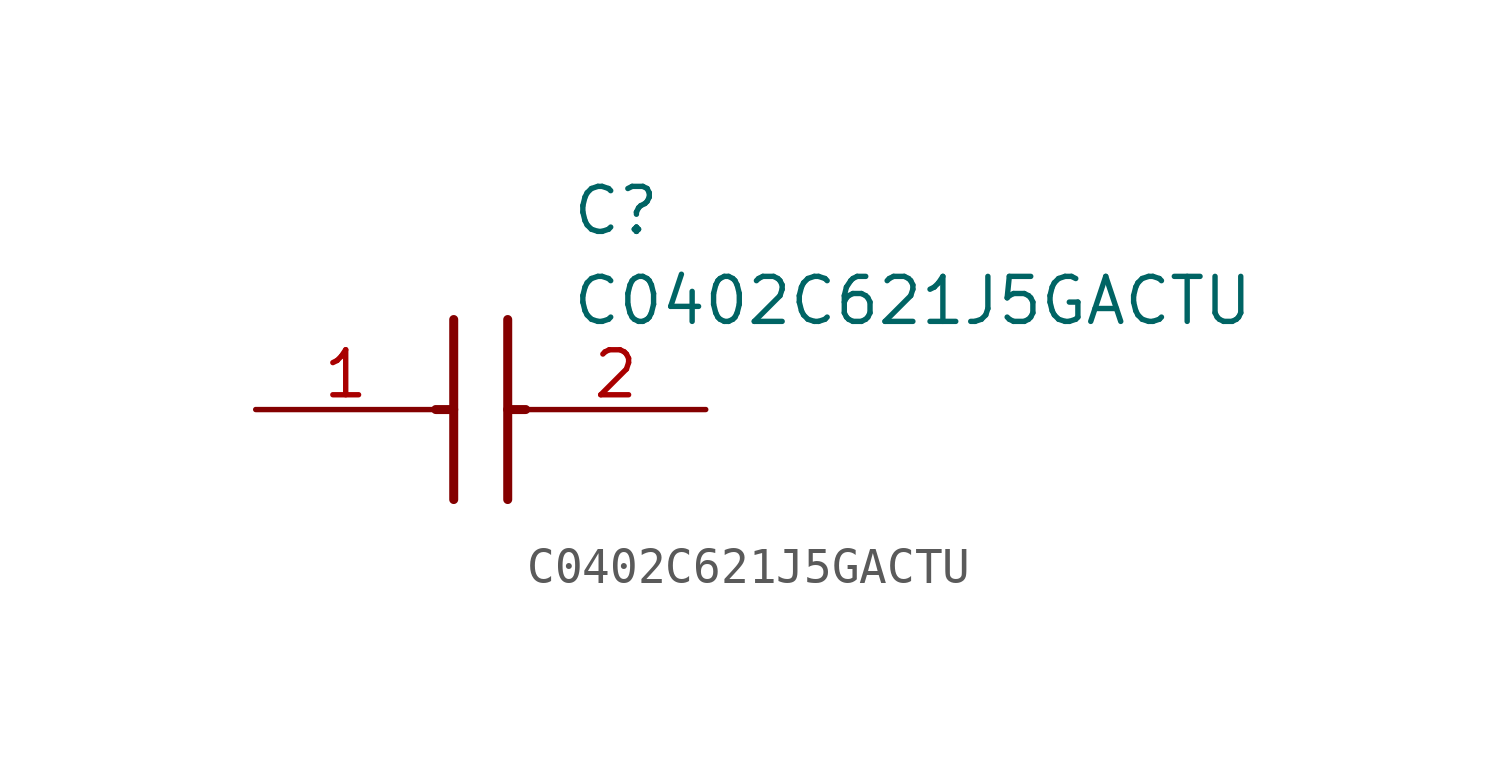
<source format=kicad_sym>
(kicad_symbol_lib
  (version 20211014)
  (generator SamacSys_ECAD_Model)
  (symbol "C0402C621J5GACTU"
    (pin_names hide)
    (property "Reference" "C"
      (at 8.89 6.35 0)
      (effects (font (size 1.27 1.27)) (justify left top)))
    (property "Value" "C0402C621J5GACTU"
      (at 8.89 3.81 0)
      (effects (font (size 1.27 1.27)) (justify left top)))
    (polyline
      (pts (xy 5.588 2.54) (xy 5.588 -2.54))
      (stroke (width 0.254) (type default))
      (fill (type none)))
    (polyline
      (pts (xy 7.112 2.54) (xy 7.112 -2.54))
      (stroke (width 0.254) (type default))
      (fill (type none)))
    (polyline
      (pts (xy 5.08 0) (xy 5.588 0))
      (stroke (width 0.254) (type default))
      (fill (type none)))
    (polyline
      (pts (xy 7.112 0) (xy 7.62 0))
      (stroke (width 0.254) (type default))
      (fill (type none)))
    (pin passive line
      (at 0 0 0)
      (length 5.08)
      (name "1" (effects (font (size 1.27 1.27))))
      (number "1" (effects (font (size 1.27 1.27)))))
    (pin passive line
      (at 12.7 0 180)
      (length 5.08)
      (name "2" (effects (font (size 1.27 1.27))))
      (number "2" (effects (font (size 1.27 1.27)))))))
</source>
